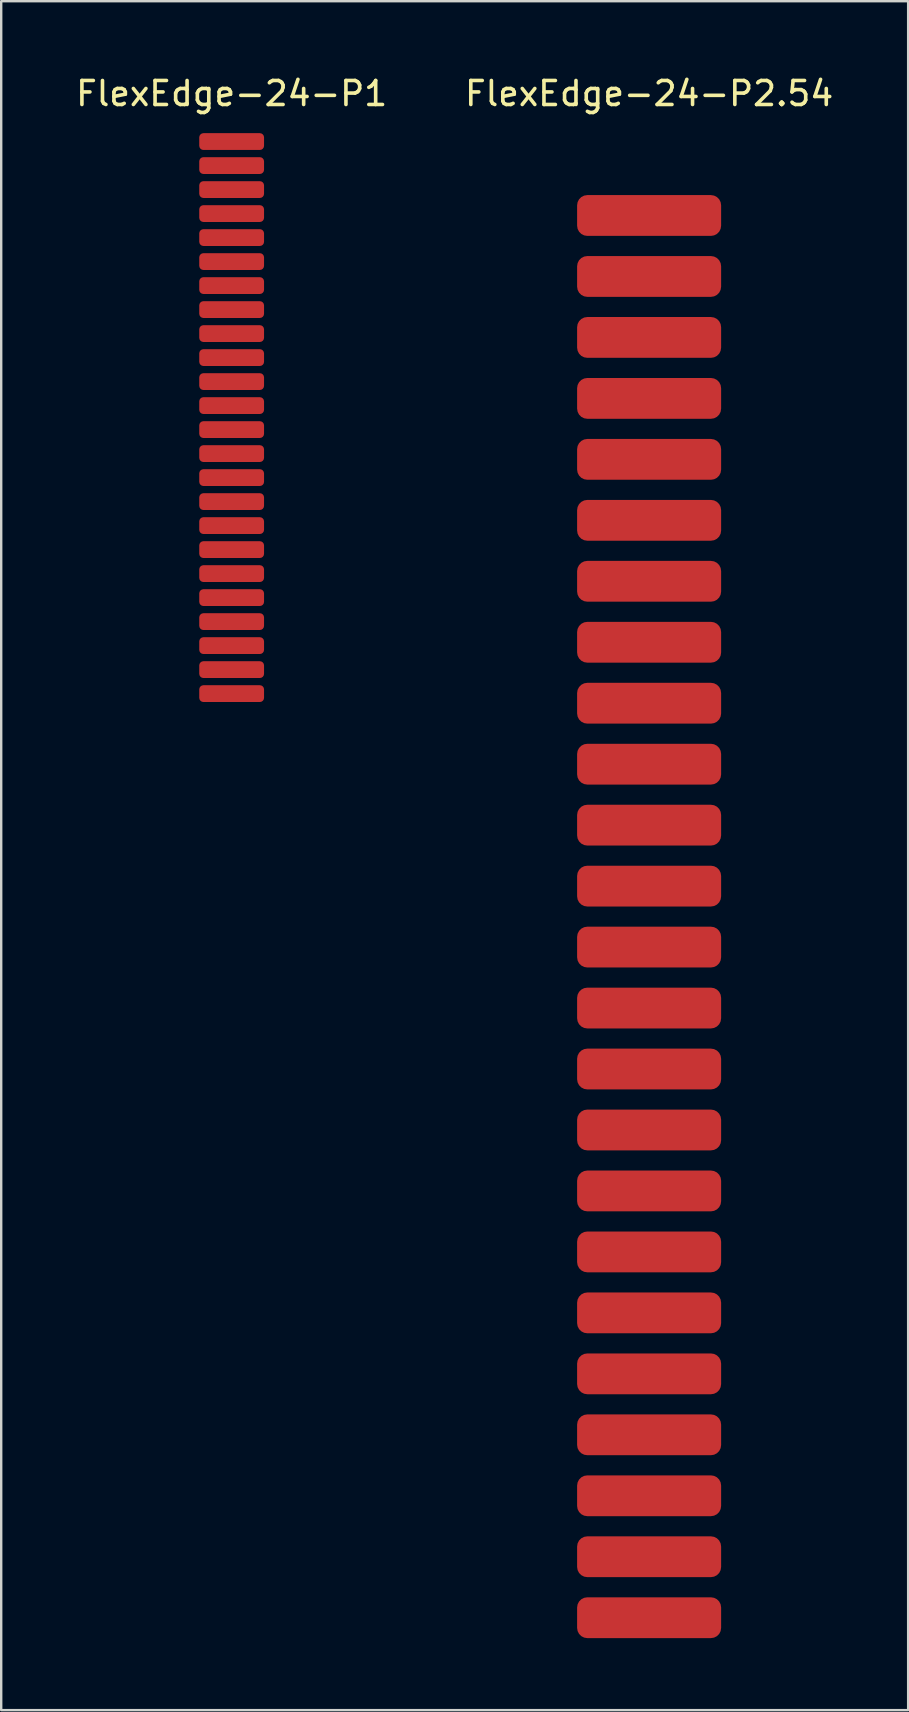
<source format=kicad_pcb>
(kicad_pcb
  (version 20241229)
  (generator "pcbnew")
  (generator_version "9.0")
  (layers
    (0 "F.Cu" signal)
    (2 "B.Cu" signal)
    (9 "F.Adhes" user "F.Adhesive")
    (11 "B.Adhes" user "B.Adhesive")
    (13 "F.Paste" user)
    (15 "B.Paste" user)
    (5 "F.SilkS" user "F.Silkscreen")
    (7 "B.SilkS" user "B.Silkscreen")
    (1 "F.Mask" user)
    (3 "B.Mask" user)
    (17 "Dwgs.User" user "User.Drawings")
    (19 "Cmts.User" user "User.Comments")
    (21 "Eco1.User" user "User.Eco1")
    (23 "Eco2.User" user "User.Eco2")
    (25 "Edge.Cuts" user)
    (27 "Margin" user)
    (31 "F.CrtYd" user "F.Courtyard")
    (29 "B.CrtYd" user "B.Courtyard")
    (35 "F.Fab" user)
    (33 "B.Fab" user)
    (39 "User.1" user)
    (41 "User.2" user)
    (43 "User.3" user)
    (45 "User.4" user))
  (footprint "FlexEdge-24-P2.54"
    (layer "F.Cu")
    (at 23.994 5.928)
    (property "Reference" "FlexEdge-24-P2.54" (at 0 -5.08 0) (layer "F.SilkS") (effects (font (size 1 1) (thickness 0.15))))
    (attr smd)
    (pad "1" smd roundrect (at 0 0) (size 6 1.7) (layers "F.Cu" "F.Mask" "F.Paste") (roundrect_rratio 0.25))
    (pad "2" smd roundrect (at 0 2.54) (size 6 1.7) (layers "F.Cu" "F.Mask" "F.Paste") (roundrect_rratio 0.25))
    (pad "3" smd roundrect (at 0 5.08) (size 6 1.7) (layers "F.Cu" "F.Mask" "F.Paste") (roundrect_rratio 0.25))
    (pad "4" smd roundrect (at 0 7.62) (size 6 1.7) (layers "F.Cu" "F.Mask" "F.Paste") (roundrect_rratio 0.25))
    (pad "5" smd roundrect (at 0 10.16) (size 6 1.7) (layers "F.Cu" "F.Mask" "F.Paste") (roundrect_rratio 0.25))
    (pad "6" smd roundrect (at 0 12.7) (size 6 1.7) (layers "F.Cu" "F.Mask" "F.Paste") (roundrect_rratio 0.25))
    (pad "7" smd roundrect (at 0 15.24) (size 6 1.7) (layers "F.Cu" "F.Mask" "F.Paste") (roundrect_rratio 0.25))
    (pad "8" smd roundrect (at 0 17.78) (size 6 1.7) (layers "F.Cu" "F.Mask" "F.Paste") (roundrect_rratio 0.25))
    (pad "9" smd roundrect (at 0 20.32) (size 6 1.7) (layers "F.Cu" "F.Mask" "F.Paste") (roundrect_rratio 0.25))
    (pad "10" smd roundrect (at 0 22.86) (size 6 1.7) (layers "F.Cu" "F.Mask" "F.Paste") (roundrect_rratio 0.25))
    (pad "11" smd roundrect (at 0 25.4) (size 6 1.7) (layers "F.Cu" "F.Mask" "F.Paste") (roundrect_rratio 0.25))
    (pad "12" smd roundrect (at 0 27.94) (size 6 1.7) (layers "F.Cu" "F.Mask" "F.Paste") (roundrect_rratio 0.25))
    (pad "13" smd roundrect (at 0 30.48) (size 6 1.7) (layers "F.Cu" "F.Mask" "F.Paste") (roundrect_rratio 0.25))
    (pad "14" smd roundrect (at 0 33.02) (size 6 1.7) (layers "F.Cu" "F.Mask" "F.Paste") (roundrect_rratio 0.25))
    (pad "15" smd roundrect (at 0 35.56) (size 6 1.7) (layers "F.Cu" "F.Mask" "F.Paste") (roundrect_rratio 0.25))
    (pad "16" smd roundrect (at 0 38.1) (size 6 1.7) (layers "F.Cu" "F.Mask" "F.Paste") (roundrect_rratio 0.25))
    (pad "17" smd roundrect (at 0 40.64) (size 6 1.7) (layers "F.Cu" "F.Mask" "F.Paste") (roundrect_rratio 0.25))
    (pad "18" smd roundrect (at 0 43.18) (size 6 1.7) (layers "F.Cu" "F.Mask" "F.Paste") (roundrect_rratio 0.25))
    (pad "19" smd roundrect (at 0 45.72) (size 6 1.7) (layers "F.Cu" "F.Mask" "F.Paste") (roundrect_rratio 0.25))
    (pad "20" smd roundrect (at 0 48.26) (size 6 1.7) (layers "F.Cu" "F.Mask" "F.Paste") (roundrect_rratio 0.25))
    (pad "21" smd roundrect (at 0 50.8) (size 6 1.7) (layers "F.Cu" "F.Mask" "F.Paste") (roundrect_rratio 0.25))
    (pad "22" smd roundrect (at 0 53.34) (size 6 1.7) (layers "F.Cu" "F.Mask" "F.Paste") (roundrect_rratio 0.25))
    (pad "23" smd roundrect (at 0 55.88) (size 6 1.7) (layers "F.Cu" "F.Mask" "F.Paste") (roundrect_rratio 0.25))
    (pad "24" smd roundrect (at 0 58.42) (size 6 1.7) (layers "F.Cu" "F.Mask" "F.Paste") (roundrect_rratio 0.25)))
  (footprint "FlexEdge-24-P1"
    (layer "F.Cu")
    (at 6.601 2.848)
    (property "Reference" "FlexEdge-24-P1" (at 0 -2 0) (layer "F.SilkS") (effects (font (size 1 1) (thickness 0.15))))
    (attr through_hole)
    (pad "1" smd roundrect (at 0 0) (size 2.7 0.7) (layers "F.Cu" "F.Mask" "F.Paste") (roundrect_rratio 0.25))
    (pad "2" smd roundrect (at 0 1) (size 2.7 0.7) (layers "F.Cu" "F.Mask" "F.Paste") (roundrect_rratio 0.25))
    (pad "3" smd roundrect (at 0 2) (size 2.7 0.7) (layers "F.Cu" "F.Mask" "F.Paste") (roundrect_rratio 0.25))
    (pad "4" smd roundrect (at 0 3) (size 2.7 0.7) (layers "F.Cu" "F.Mask" "F.Paste") (roundrect_rratio 0.25))
    (pad "5" smd roundrect (at 0 4) (size 2.7 0.7) (layers "F.Cu" "F.Mask" "F.Paste") (roundrect_rratio 0.25))
    (pad "6" smd roundrect (at 0 5) (size 2.7 0.7) (layers "F.Cu" "F.Mask" "F.Paste") (roundrect_rratio 0.25))
    (pad "7" smd roundrect (at 0 6) (size 2.7 0.7) (layers "F.Cu" "F.Mask" "F.Paste") (roundrect_rratio 0.25))
    (pad "8" smd roundrect (at 0 7) (size 2.7 0.7) (layers "F.Cu" "F.Mask" "F.Paste") (roundrect_rratio 0.25))
    (pad "9" smd roundrect (at 0 8) (size 2.7 0.7) (layers "F.Cu" "F.Mask" "F.Paste") (roundrect_rratio 0.25))
    (pad "10" smd roundrect (at 0 9) (size 2.7 0.7) (layers "F.Cu" "F.Mask" "F.Paste") (roundrect_rratio 0.25))
    (pad "11" smd roundrect (at 0 10) (size 2.7 0.7) (layers "F.Cu" "F.Mask" "F.Paste") (roundrect_rratio 0.25))
    (pad "12" smd roundrect (at 0 11) (size 2.7 0.7) (layers "F.Cu" "F.Mask" "F.Paste") (roundrect_rratio 0.25))
    (pad "13" smd roundrect (at 0 12) (size 2.7 0.7) (layers "F.Cu" "F.Mask" "F.Paste") (roundrect_rratio 0.25))
    (pad "14" smd roundrect (at 0 13) (size 2.7 0.7) (layers "F.Cu" "F.Mask" "F.Paste") (roundrect_rratio 0.25))
    (pad "15" smd roundrect (at 0 14) (size 2.7 0.7) (layers "F.Cu" "F.Mask" "F.Paste") (roundrect_rratio 0.25))
    (pad "16" smd roundrect (at 0 15) (size 2.7 0.7) (layers "F.Cu" "F.Mask" "F.Paste") (roundrect_rratio 0.25))
    (pad "17" smd roundrect (at 0 16) (size 2.7 0.7) (layers "F.Cu" "F.Mask" "F.Paste") (roundrect_rratio 0.25))
    (pad "18" smd roundrect (at 0 17) (size 2.7 0.7) (layers "F.Cu" "F.Mask" "F.Paste") (roundrect_rratio 0.25))
    (pad "19" smd roundrect (at 0 18) (size 2.7 0.7) (layers "F.Cu" "F.Mask" "F.Paste") (roundrect_rratio 0.25))
    (pad "20" smd roundrect (at 0 19) (size 2.7 0.7) (layers "F.Cu" "F.Mask" "F.Paste") (roundrect_rratio 0.25))
    (pad "21" smd roundrect (at 0 20) (size 2.7 0.7) (layers "F.Cu" "F.Mask" "F.Paste") (roundrect_rratio 0.25))
    (pad "22" smd roundrect (at 0 21) (size 2.7 0.7) (layers "F.Cu" "F.Mask" "F.Paste") (roundrect_rratio 0.25))
    (pad "23" smd roundrect (at 0 22) (size 2.7 0.7) (layers "F.Cu" "F.Mask" "F.Paste") (roundrect_rratio 0.25))
    (pad "24" smd roundrect (at 0 23) (size 2.7 0.7) (layers "F.Cu" "F.Mask" "F.Paste") (roundrect_rratio 0.25)))
  (gr_rect
    (start -3 -3)
    (end 34.786 68.198)
    (stroke (width 0.1) (type default))
    (fill no)
    (layer "Edge.Cuts")))
</source>
